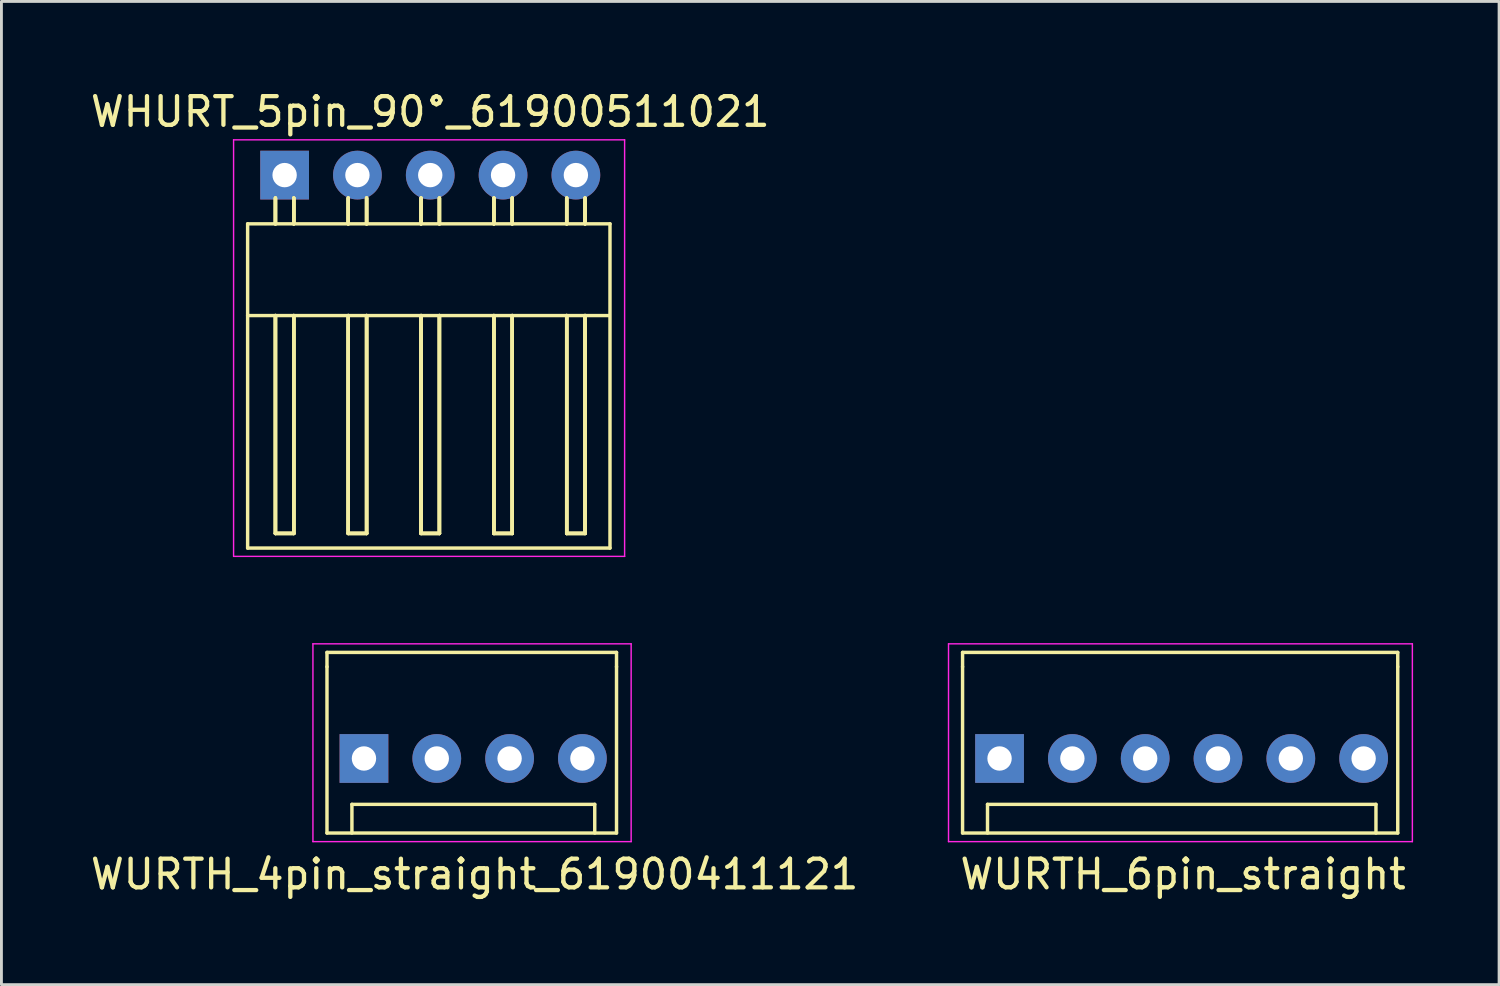
<source format=kicad_pcb>
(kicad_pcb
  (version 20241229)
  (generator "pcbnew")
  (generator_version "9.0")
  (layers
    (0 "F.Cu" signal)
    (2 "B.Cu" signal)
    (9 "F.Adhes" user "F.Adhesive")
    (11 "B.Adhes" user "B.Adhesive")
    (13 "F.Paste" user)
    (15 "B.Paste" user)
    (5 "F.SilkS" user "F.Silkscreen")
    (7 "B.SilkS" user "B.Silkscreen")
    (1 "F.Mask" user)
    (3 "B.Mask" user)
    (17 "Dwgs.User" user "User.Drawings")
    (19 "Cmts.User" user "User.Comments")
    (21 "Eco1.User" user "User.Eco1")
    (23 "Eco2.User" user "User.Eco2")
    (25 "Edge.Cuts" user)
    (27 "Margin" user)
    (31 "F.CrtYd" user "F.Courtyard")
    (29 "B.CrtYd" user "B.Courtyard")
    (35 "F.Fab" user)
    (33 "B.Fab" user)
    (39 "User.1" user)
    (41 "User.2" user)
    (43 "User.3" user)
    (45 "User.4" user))
  (footprint "WURTH_4pin_straight_61900411121"
    (layer "F.Cu")
    (at 9.646 23.408)
    (property "Reference" "WURTH_4pin_straight_61900411121" (at 3.86 4.04 0) (layer "F.SilkS") (effects (font (size 1 1) (thickness 0.15))))
    (attr through_hole)
    (fp_line (start -1.29 -3.7) (end 8.81 -3.7) (stroke (width 0.12) (type solid)) (layer "F.SilkS"))
    (fp_line (start -1.29 -3.2) (end -1.29 -3.7) (stroke (width 0.12) (type solid)) (layer "F.SilkS"))
    (fp_line (start -1.29 2.6) (end -1.29 -3.2) (stroke (width 0.12) (type solid)) (layer "F.SilkS"))
    (fp_line (start -0.42 1.6) (end 8.05 1.6) (stroke (width 0.12) (type solid)) (layer "F.SilkS"))
    (fp_line (start -0.42 2.6) (end -0.42 1.6) (stroke (width 0.12) (type solid)) (layer "F.SilkS"))
    (fp_line (start 8.05 1.6) (end 8.05 2.6) (stroke (width 0.12) (type solid)) (layer "F.SilkS"))
    (fp_line (start 8.81 -3.2) (end 8.81 -3.7) (stroke (width 0.12) (type solid)) (layer "F.SilkS"))
    (fp_line (start 8.81 2.6) (end -1.29 2.6) (stroke (width 0.12) (type solid)) (layer "F.SilkS"))
    (fp_line (start 8.81 2.6) (end 8.81 -3.2) (stroke (width 0.12) (type solid)) (layer "F.SilkS"))
    (fp_line (start -1.78 -4) (end -1.78 2.9) (stroke (width 0.05) (type solid)) (layer "F.CrtYd"))
    (fp_line (start -1.78 2.9) (end 9.32 2.9) (stroke (width 0.05) (type solid)) (layer "F.CrtYd"))
    (fp_line (start 9.32 -4) (end -1.78 -4) (stroke (width 0.05) (type solid)) (layer "F.CrtYd"))
    (fp_line (start 9.32 -4) (end 9.32 2.9) (stroke (width 0.05) (type solid)) (layer "F.CrtYd"))
    (pad "1" thru_hole rect (at 0 0) (size 1.7 1.7) (drill 0.85) (layers "*.Cu" "*.Mask"))
    (pad "2" thru_hole circle (at 2.54 0) (size 1.7 1.7) (drill 0.85) (layers "*.Cu" "*.Mask"))
    (pad "3" thru_hole circle (at 5.08 0) (size 1.7 1.7) (drill 0.85) (layers "*.Cu" "*.Mask"))
    (pad "4" thru_hole circle (at 7.62 0) (size 1.7 1.7) (drill 0.85) (layers "*.Cu" "*.Mask")))
  (footprint "WURTH_6pin_straight"
    (layer "F.Cu")
    (at 31.817 23.408)
    (property "Reference" "WURTH_6pin_straight" (at 6.401 4.039 0) (layer "F.SilkS") (effects (font (size 1 1) (thickness 0.15))))
    (attr through_hole)
    (fp_line (start -1.29 -3.7) (end 13.89 -3.7) (stroke (width 0.12) (type solid)) (layer "F.SilkS"))
    (fp_line (start -1.29 -3.2) (end -1.29 -3.7) (stroke (width 0.12) (type solid)) (layer "F.SilkS"))
    (fp_line (start -1.29 2.6) (end -1.29 -3.2) (stroke (width 0.12) (type solid)) (layer "F.SilkS"))
    (fp_line (start -0.42 1.6) (end 13.13 1.6) (stroke (width 0.12) (type solid)) (layer "F.SilkS"))
    (fp_line (start -0.42 2.6) (end -0.42 1.6) (stroke (width 0.12) (type solid)) (layer "F.SilkS"))
    (fp_line (start 13.13 1.6) (end 13.13 2.6) (stroke (width 0.12) (type solid)) (layer "F.SilkS"))
    (fp_line (start 13.89 -3.2) (end 13.89 -3.7) (stroke (width 0.12) (type solid)) (layer "F.SilkS"))
    (fp_line (start 13.89 2.6) (end -1.29 2.6) (stroke (width 0.12) (type solid)) (layer "F.SilkS"))
    (fp_line (start 13.89 2.6) (end 13.89 -3.2) (stroke (width 0.12) (type solid)) (layer "F.SilkS"))
    (fp_line (start -1.78 -4) (end -1.78 2.9) (stroke (width 0.05) (type solid)) (layer "F.CrtYd"))
    (fp_line (start -1.78 2.9) (end 14.4 2.9) (stroke (width 0.05) (type solid)) (layer "F.CrtYd"))
    (fp_line (start 14.4 -4) (end -1.78 -4) (stroke (width 0.05) (type solid)) (layer "F.CrtYd"))
    (fp_line (start 14.4 -4) (end 14.4 2.9) (stroke (width 0.05) (type solid)) (layer "F.CrtYd"))
    (pad "1" thru_hole rect (at 0 0) (size 1.7 1.7) (drill 0.85) (layers "*.Cu" "*.Mask"))
    (pad "2" thru_hole circle (at 2.54 0) (size 1.7 1.7) (drill 0.85) (layers "*.Cu" "*.Mask"))
    (pad "3" thru_hole circle (at 5.08 0) (size 1.7 1.7) (drill 0.85) (layers "*.Cu" "*.Mask"))
    (pad "4" thru_hole circle (at 7.62 0) (size 1.7 1.7) (drill 0.85) (layers "*.Cu" "*.Mask"))
    (pad "5" thru_hole circle (at 10.16 0) (size 1.7 1.7) (drill 0.85) (layers "*.Cu" "*.Mask"))
    (pad "6" thru_hole circle (at 12.7 0) (size 1.7 1.7) (drill 0.85) (layers "*.Cu" "*.Mask")))
  (footprint "WHURT_5pin_90°_61900511021"
    (layer "F.Cu")
    (at 6.878 3.058)
    (property "Reference" "WHURT_5pin_90°_61900511021" (at 5.08 -2.21 0) (layer "F.SilkS") (effects (font (size 1 1) (thickness 0.15))))
    (attr through_hole)
    (fp_line (start -1.29 1.7) (end -1.29 13.01) (stroke (width 0.12) (type solid)) (layer "F.SilkS"))
    (fp_line (start -1.29 13.01) (end 11.35 13.01) (stroke (width 0.12) (type solid)) (layer "F.SilkS"))
    (fp_line (start -0.32 1.7) (end -0.32 0.8) (stroke (width 0.12) (type solid)) (layer "F.SilkS"))
    (fp_line (start -0.32 1.7) (end -0.32 0.8) (stroke (width 0.12) (type solid)) (layer "F.SilkS"))
    (fp_line (start -0.32 1.7) (end -0.32 0.8) (stroke (width 0.12) (type solid)) (layer "F.SilkS"))
    (fp_line (start -0.32 1.7) (end -0.32 0.8) (stroke (width 0.12) (type solid)) (layer "F.SilkS"))
    (fp_line (start -0.32 4.9) (end -0.32 12.5) (stroke (width 0.12) (type solid)) (layer "F.SilkS"))
    (fp_line (start -0.32 4.9) (end -0.32 12.5) (stroke (width 0.12) (type solid)) (layer "F.SilkS"))
    (fp_line (start -0.32 4.9) (end -0.32 12.5) (stroke (width 0.12) (type solid)) (layer "F.SilkS"))
    (fp_line (start -0.32 4.9) (end -0.32 12.5) (stroke (width 0.12) (type solid)) (layer "F.SilkS"))
    (fp_line (start -0.32 12.5) (end 0.32 12.5) (stroke (width 0.12) (type solid)) (layer "F.SilkS"))
    (fp_line (start -0.32 12.5) (end 0.32 12.5) (stroke (width 0.12) (type solid)) (layer "F.SilkS"))
    (fp_line (start -0.32 12.5) (end 0.32 12.5) (stroke (width 0.12) (type solid)) (layer "F.SilkS"))
    (fp_line (start -0.32 12.5) (end 0.32 12.5) (stroke (width 0.12) (type solid)) (layer "F.SilkS"))
    (fp_line (start 0.32 0.8) (end 0.32 1.7) (stroke (width 0.12) (type solid)) (layer "F.SilkS"))
    (fp_line (start 0.32 0.8) (end 0.32 1.7) (stroke (width 0.12) (type solid)) (layer "F.SilkS"))
    (fp_line (start 0.32 0.8) (end 0.32 1.7) (stroke (width 0.12) (type solid)) (layer "F.SilkS"))
    (fp_line (start 0.32 0.8) (end 0.32 1.7) (stroke (width 0.12) (type solid)) (layer "F.SilkS"))
    (fp_line (start 0.32 12.5) (end 0.32 4.9) (stroke (width 0.12) (type solid)) (layer "F.SilkS"))
    (fp_line (start 0.32 12.5) (end 0.32 4.9) (stroke (width 0.12) (type solid)) (layer "F.SilkS"))
    (fp_line (start 0.32 12.5) (end 0.32 4.9) (stroke (width 0.12) (type solid)) (layer "F.SilkS"))
    (fp_line (start 0.32 12.5) (end 0.32 4.9) (stroke (width 0.12) (type solid)) (layer "F.SilkS"))
    (fp_line (start 2.22 1.7) (end 2.22 0.8) (stroke (width 0.12) (type solid)) (layer "F.SilkS"))
    (fp_line (start 2.22 1.7) (end 2.22 0.8) (stroke (width 0.12) (type solid)) (layer "F.SilkS"))
    (fp_line (start 2.22 1.7) (end 2.22 0.8) (stroke (width 0.12) (type solid)) (layer "F.SilkS"))
    (fp_line (start 2.22 1.7) (end 2.22 0.8) (stroke (width 0.12) (type solid)) (layer "F.SilkS"))
    (fp_line (start 2.22 4.9) (end 2.22 12.5) (stroke (width 0.12) (type solid)) (layer "F.SilkS"))
    (fp_line (start 2.22 4.9) (end 2.22 12.5) (stroke (width 0.12) (type solid)) (layer "F.SilkS"))
    (fp_line (start 2.22 4.9) (end 2.22 12.5) (stroke (width 0.12) (type solid)) (layer "F.SilkS"))
    (fp_line (start 2.22 4.9) (end 2.22 12.5) (stroke (width 0.12) (type solid)) (layer "F.SilkS"))
    (fp_line (start 2.22 12.5) (end 2.86 12.5) (stroke (width 0.12) (type solid)) (layer "F.SilkS"))
    (fp_line (start 2.22 12.5) (end 2.86 12.5) (stroke (width 0.12) (type solid)) (layer "F.SilkS"))
    (fp_line (start 2.22 12.5) (end 2.86 12.5) (stroke (width 0.12) (type solid)) (layer "F.SilkS"))
    (fp_line (start 2.22 12.5) (end 2.86 12.5) (stroke (width 0.12) (type solid)) (layer "F.SilkS"))
    (fp_line (start 2.86 0.8) (end 2.86 1.7) (stroke (width 0.12) (type solid)) (layer "F.SilkS"))
    (fp_line (start 2.86 0.8) (end 2.86 1.7) (stroke (width 0.12) (type solid)) (layer "F.SilkS"))
    (fp_line (start 2.86 0.8) (end 2.86 1.7) (stroke (width 0.12) (type solid)) (layer "F.SilkS"))
    (fp_line (start 2.86 0.8) (end 2.86 1.7) (stroke (width 0.12) (type solid)) (layer "F.SilkS"))
    (fp_line (start 2.86 12.5) (end 2.86 4.9) (stroke (width 0.12) (type solid)) (layer "F.SilkS"))
    (fp_line (start 2.86 12.5) (end 2.86 4.9) (stroke (width 0.12) (type solid)) (layer "F.SilkS"))
    (fp_line (start 2.86 12.5) (end 2.86 4.9) (stroke (width 0.12) (type solid)) (layer "F.SilkS"))
    (fp_line (start 2.86 12.5) (end 2.86 4.9) (stroke (width 0.12) (type solid)) (layer "F.SilkS"))
    (fp_line (start 4.76 1.7) (end 4.76 0.8) (stroke (width 0.12) (type solid)) (layer "F.SilkS"))
    (fp_line (start 4.76 1.7) (end 4.76 0.8) (stroke (width 0.12) (type solid)) (layer "F.SilkS"))
    (fp_line (start 4.76 1.7) (end 4.76 0.8) (stroke (width 0.12) (type solid)) (layer "F.SilkS"))
    (fp_line (start 4.76 1.7) (end 4.76 0.8) (stroke (width 0.12) (type solid)) (layer "F.SilkS"))
    (fp_line (start 4.76 4.9) (end 4.76 12.5) (stroke (width 0.12) (type solid)) (layer "F.SilkS"))
    (fp_line (start 4.76 4.9) (end 4.76 12.5) (stroke (width 0.12) (type solid)) (layer "F.SilkS"))
    (fp_line (start 4.76 4.9) (end 4.76 12.5) (stroke (width 0.12) (type solid)) (layer "F.SilkS"))
    (fp_line (start 4.76 4.9) (end 4.76 12.5) (stroke (width 0.12) (type solid)) (layer "F.SilkS"))
    (fp_line (start 4.76 12.5) (end 5.4 12.5) (stroke (width 0.12) (type solid)) (layer "F.SilkS"))
    (fp_line (start 4.76 12.5) (end 5.4 12.5) (stroke (width 0.12) (type solid)) (layer "F.SilkS"))
    (fp_line (start 4.76 12.5) (end 5.4 12.5) (stroke (width 0.12) (type solid)) (layer "F.SilkS"))
    (fp_line (start 4.76 12.5) (end 5.4 12.5) (stroke (width 0.12) (type solid)) (layer "F.SilkS"))
    (fp_line (start 5.4 0.8) (end 5.4 1.7) (stroke (width 0.12) (type solid)) (layer "F.SilkS"))
    (fp_line (start 5.4 0.8) (end 5.4 1.7) (stroke (width 0.12) (type solid)) (layer "F.SilkS"))
    (fp_line (start 5.4 0.8) (end 5.4 1.7) (stroke (width 0.12) (type solid)) (layer "F.SilkS"))
    (fp_line (start 5.4 0.8) (end 5.4 1.7) (stroke (width 0.12) (type solid)) (layer "F.SilkS"))
    (fp_line (start 5.4 12.5) (end 5.4 4.9) (stroke (width 0.12) (type solid)) (layer "F.SilkS"))
    (fp_line (start 5.4 12.5) (end 5.4 4.9) (stroke (width 0.12) (type solid)) (layer "F.SilkS"))
    (fp_line (start 5.4 12.5) (end 5.4 4.9) (stroke (width 0.12) (type solid)) (layer "F.SilkS"))
    (fp_line (start 5.4 12.5) (end 5.4 4.9) (stroke (width 0.12) (type solid)) (layer "F.SilkS"))
    (fp_line (start 7.3 1.7) (end 7.3 0.8) (stroke (width 0.12) (type solid)) (layer "F.SilkS"))
    (fp_line (start 7.3 1.7) (end 7.3 0.8) (stroke (width 0.12) (type solid)) (layer "F.SilkS"))
    (fp_line (start 7.3 1.7) (end 7.3 0.8) (stroke (width 0.12) (type solid)) (layer "F.SilkS"))
    (fp_line (start 7.3 1.7) (end 7.3 0.8) (stroke (width 0.12) (type solid)) (layer "F.SilkS"))
    (fp_line (start 7.3 4.9) (end 7.3 12.5) (stroke (width 0.12) (type solid)) (layer "F.SilkS"))
    (fp_line (start 7.3 4.9) (end 7.3 12.5) (stroke (width 0.12) (type solid)) (layer "F.SilkS"))
    (fp_line (start 7.3 4.9) (end 7.3 12.5) (stroke (width 0.12) (type solid)) (layer "F.SilkS"))
    (fp_line (start 7.3 4.9) (end 7.3 12.5) (stroke (width 0.12) (type solid)) (layer "F.SilkS"))
    (fp_line (start 7.3 12.5) (end 7.94 12.5) (stroke (width 0.12) (type solid)) (layer "F.SilkS"))
    (fp_line (start 7.3 12.5) (end 7.94 12.5) (stroke (width 0.12) (type solid)) (layer "F.SilkS"))
    (fp_line (start 7.3 12.5) (end 7.94 12.5) (stroke (width 0.12) (type solid)) (layer "F.SilkS"))
    (fp_line (start 7.3 12.5) (end 7.94 12.5) (stroke (width 0.12) (type solid)) (layer "F.SilkS"))
    (fp_line (start 7.94 0.8) (end 7.94 1.7) (stroke (width 0.12) (type solid)) (layer "F.SilkS"))
    (fp_line (start 7.94 0.8) (end 7.94 1.7) (stroke (width 0.12) (type solid)) (layer "F.SilkS"))
    (fp_line (start 7.94 0.8) (end 7.94 1.7) (stroke (width 0.12) (type solid)) (layer "F.SilkS"))
    (fp_line (start 7.94 0.8) (end 7.94 1.7) (stroke (width 0.12) (type solid)) (layer "F.SilkS"))
    (fp_line (start 7.94 12.5) (end 7.94 4.9) (stroke (width 0.12) (type solid)) (layer "F.SilkS"))
    (fp_line (start 7.94 12.5) (end 7.94 4.9) (stroke (width 0.12) (type solid)) (layer "F.SilkS"))
    (fp_line (start 7.94 12.5) (end 7.94 4.9) (stroke (width 0.12) (type solid)) (layer "F.SilkS"))
    (fp_line (start 7.94 12.5) (end 7.94 4.9) (stroke (width 0.12) (type solid)) (layer "F.SilkS"))
    (fp_line (start 9.84 1.7) (end 9.84 0.8) (stroke (width 0.12) (type solid)) (layer "F.SilkS"))
    (fp_line (start 9.84 1.7) (end 9.84 0.8) (stroke (width 0.12) (type solid)) (layer "F.SilkS"))
    (fp_line (start 9.84 1.7) (end 9.84 0.8) (stroke (width 0.12) (type solid)) (layer "F.SilkS"))
    (fp_line (start 9.84 1.7) (end 9.84 0.8) (stroke (width 0.12) (type solid)) (layer "F.SilkS"))
    (fp_line (start 9.84 4.9) (end 9.84 12.5) (stroke (width 0.12) (type solid)) (layer "F.SilkS"))
    (fp_line (start 9.84 4.9) (end 9.84 12.5) (stroke (width 0.12) (type solid)) (layer "F.SilkS"))
    (fp_line (start 9.84 4.9) (end 9.84 12.5) (stroke (width 0.12) (type solid)) (layer "F.SilkS"))
    (fp_line (start 9.84 4.9) (end 9.84 12.5) (stroke (width 0.12) (type solid)) (layer "F.SilkS"))
    (fp_line (start 9.84 12.5) (end 10.48 12.5) (stroke (width 0.12) (type solid)) (layer "F.SilkS"))
    (fp_line (start 9.84 12.5) (end 10.48 12.5) (stroke (width 0.12) (type solid)) (layer "F.SilkS"))
    (fp_line (start 9.84 12.5) (end 10.48 12.5) (stroke (width 0.12) (type solid)) (layer "F.SilkS"))
    (fp_line (start 9.84 12.5) (end 10.48 12.5) (stroke (width 0.12) (type solid)) (layer "F.SilkS"))
    (fp_line (start 10.48 0.8) (end 10.48 1.7) (stroke (width 0.12) (type solid)) (layer "F.SilkS"))
    (fp_line (start 10.48 0.8) (end 10.48 1.7) (stroke (width 0.12) (type solid)) (layer "F.SilkS"))
    (fp_line (start 10.48 0.8) (end 10.48 1.7) (stroke (width 0.12) (type solid)) (layer "F.SilkS"))
    (fp_line (start 10.48 0.8) (end 10.48 1.7) (stroke (width 0.12) (type solid)) (layer "F.SilkS"))
    (fp_line (start 10.48 12.5) (end 10.48 4.9) (stroke (width 0.12) (type solid)) (layer "F.SilkS"))
    (fp_line (start 10.48 12.5) (end 10.48 4.9) (stroke (width 0.12) (type solid)) (layer "F.SilkS"))
    (fp_line (start 10.48 12.5) (end 10.48 4.9) (stroke (width 0.12) (type solid)) (layer "F.SilkS"))
    (fp_line (start 10.48 12.5) (end 10.48 4.9) (stroke (width 0.12) (type solid)) (layer "F.SilkS"))
    (fp_line (start 11.303 4.9) (end -1.29 4.9) (stroke (width 0.12) (type solid)) (layer "F.SilkS"))
    (fp_line (start 11.35 1.7) (end -1.29 1.7) (stroke (width 0.12) (type solid)) (layer "F.SilkS"))
    (fp_line (start 11.35 13.01) (end 11.35 1.7) (stroke (width 0.12) (type solid)) (layer "F.SilkS"))
    (fp_line (start -1.78 -1.23) (end -1.78 13.3) (stroke (width 0.05) (type solid)) (layer "F.CrtYd"))
    (fp_line (start -1.778 13.3) (end 11.862 13.3) (stroke (width 0.05) (type solid)) (layer "F.CrtYd"))
    (fp_line (start 11.86 -1.23) (end -1.78 -1.23) (stroke (width 0.05) (type solid)) (layer "F.CrtYd"))
    (fp_line (start 11.86 13.3) (end 11.86 -1.23) (stroke (width 0.05) (type solid)) (layer "F.CrtYd"))
    (pad "1" thru_hole rect (at 0 0) (size 1.7 1.7) (drill 0.85) (layers "*.Cu" "*.Mask"))
    (pad "2" thru_hole circle (at 2.54 0) (size 1.7 1.7) (drill 0.85) (layers "*.Cu" "*.Mask"))
    (pad "3" thru_hole circle (at 5.08 0) (size 1.7 1.7) (drill 0.85) (layers "*.Cu" "*.Mask"))
    (pad "4" thru_hole circle (at 7.62 0) (size 1.7 1.7) (drill 0.85) (layers "*.Cu" "*.Mask"))
    (pad "5" thru_hole circle (at 10.16 0) (size 1.7 1.7) (drill 0.85) (layers "*.Cu" "*.Mask")))
  (gr_rect
    (start -3 -3)
    (end 49.242 31.297)
    (stroke (width 0.1) (type default))
    (fill no)
    (layer "Edge.Cuts")))
</source>
